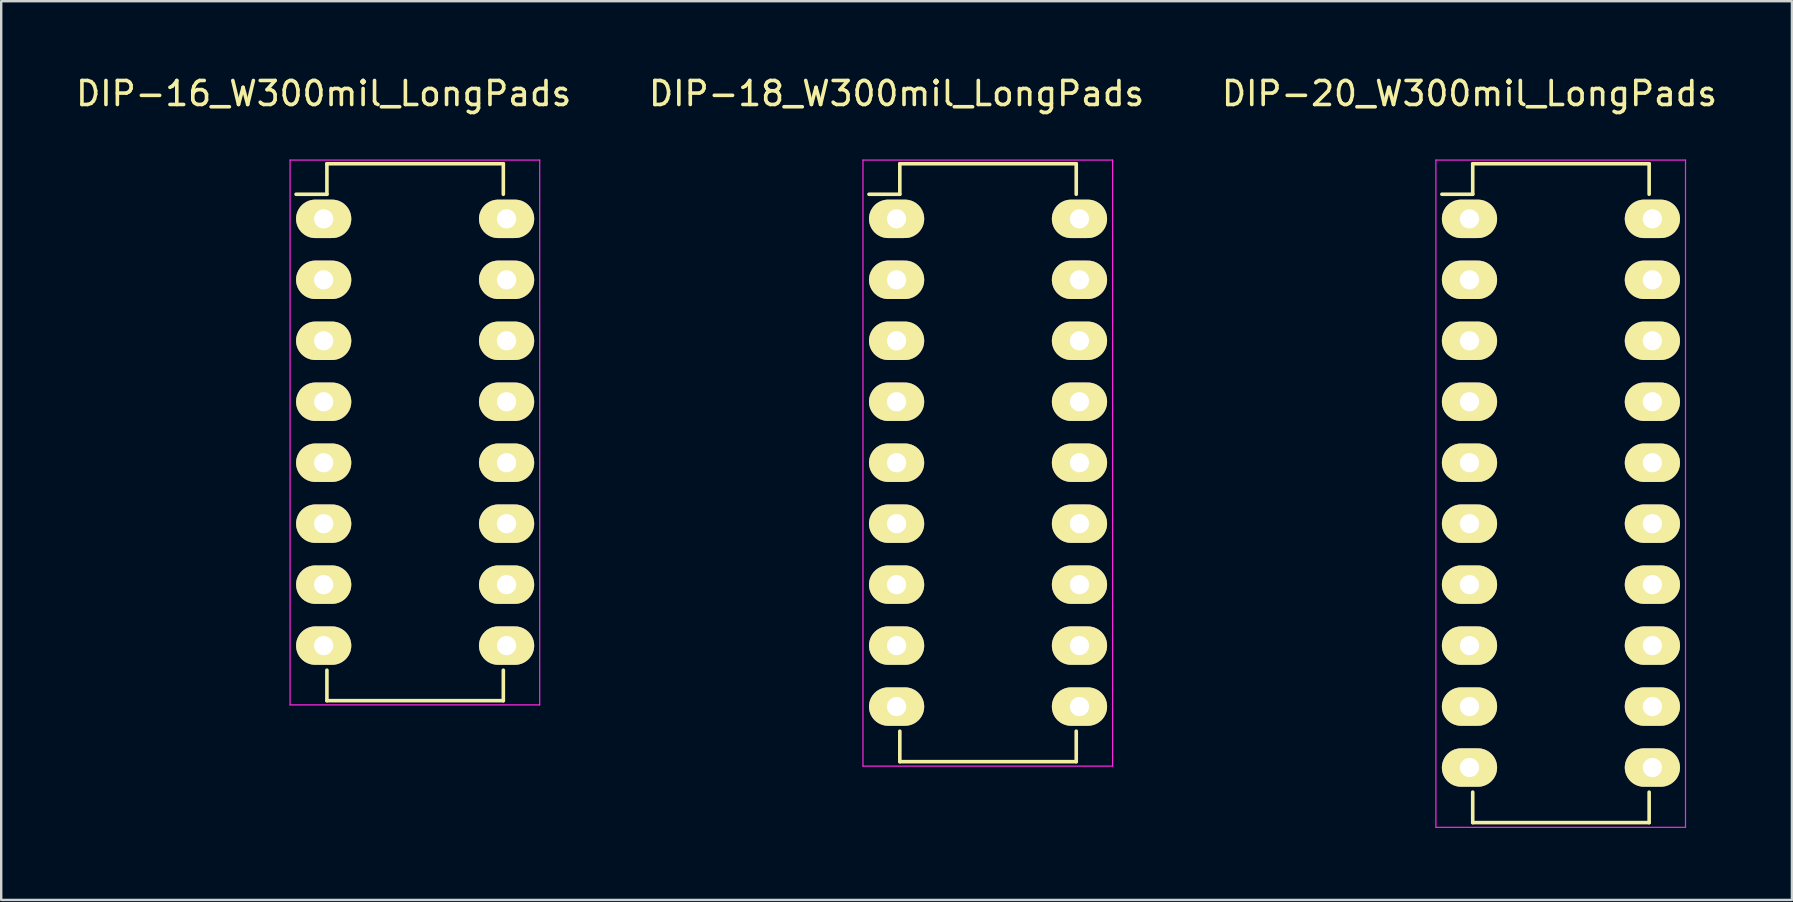
<source format=kicad_pcb>
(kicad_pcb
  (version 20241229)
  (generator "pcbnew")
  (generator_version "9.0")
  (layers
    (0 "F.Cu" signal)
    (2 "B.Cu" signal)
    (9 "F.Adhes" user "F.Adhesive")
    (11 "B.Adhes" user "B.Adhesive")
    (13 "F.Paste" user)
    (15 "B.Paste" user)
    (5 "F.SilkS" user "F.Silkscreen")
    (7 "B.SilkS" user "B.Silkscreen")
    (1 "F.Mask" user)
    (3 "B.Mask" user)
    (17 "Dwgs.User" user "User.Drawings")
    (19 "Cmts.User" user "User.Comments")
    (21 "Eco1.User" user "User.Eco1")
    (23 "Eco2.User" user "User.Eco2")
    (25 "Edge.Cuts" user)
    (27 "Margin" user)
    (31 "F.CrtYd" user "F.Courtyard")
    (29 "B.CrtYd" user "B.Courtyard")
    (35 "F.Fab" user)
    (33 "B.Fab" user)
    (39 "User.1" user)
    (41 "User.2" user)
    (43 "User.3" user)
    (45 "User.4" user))
  (footprint "DIP-18_W300mil_LongPads"
    (layer "F.Cu")
    (at 34.304 6.068)
    (property "Reference" "DIP-18_W300mil_LongPads" (at 0 -5.22 0) (layer "F.SilkS") (effects (font (size 1 1) (thickness 0.15))))
    (attr through_hole)
    (fp_line (start 0.135 -2.295) (end 0.135 -1.025) (stroke (width 0.15) (type solid)) (layer "F.SilkS"))
    (fp_line (start 0.135 -2.295) (end 7.485 -2.295) (stroke (width 0.15) (type solid)) (layer "F.SilkS"))
    (fp_line (start 0.135 -1.025) (end -1.15 -1.025) (stroke (width 0.15) (type solid)) (layer "F.SilkS"))
    (fp_line (start 0.135 22.615) (end 0.135 21.345) (stroke (width 0.15) (type solid)) (layer "F.SilkS"))
    (fp_line (start 0.135 22.615) (end 7.485 22.615) (stroke (width 0.15) (type solid)) (layer "F.SilkS"))
    (fp_line (start 7.485 -2.295) (end 7.485 -1.025) (stroke (width 0.15) (type solid)) (layer "F.SilkS"))
    (fp_line (start 7.485 22.615) (end 7.485 21.345) (stroke (width 0.15) (type solid)) (layer "F.SilkS"))
    (fp_line (start -1.4 -2.45) (end -1.4 22.8) (stroke (width 0.05) (type solid)) (layer "F.CrtYd"))
    (fp_line (start -1.4 -2.45) (end 9 -2.45) (stroke (width 0.05) (type solid)) (layer "F.CrtYd"))
    (fp_line (start -1.4 22.8) (end 9 22.8) (stroke (width 0.05) (type solid)) (layer "F.CrtYd"))
    (fp_line (start 9 -2.45) (end 9 22.8) (stroke (width 0.05) (type solid)) (layer "F.CrtYd"))
    (pad "1" thru_hole oval (at 0 0) (size 2.3 1.6) (drill 0.8) (layers "*.Cu" "*.Mask" "F.SilkS"))
    (pad "2" thru_hole oval (at 0 2.54) (size 2.3 1.6) (drill 0.8) (layers "*.Cu" "*.Mask" "F.SilkS"))
    (pad "3" thru_hole oval (at 0 5.08) (size 2.3 1.6) (drill 0.8) (layers "*.Cu" "*.Mask" "F.SilkS"))
    (pad "4" thru_hole oval (at 0 7.62) (size 2.3 1.6) (drill 0.8) (layers "*.Cu" "*.Mask" "F.SilkS"))
    (pad "5" thru_hole oval (at 0 10.16) (size 2.3 1.6) (drill 0.8) (layers "*.Cu" "*.Mask" "F.SilkS"))
    (pad "6" thru_hole oval (at 0 12.7) (size 2.3 1.6) (drill 0.8) (layers "*.Cu" "*.Mask" "F.SilkS"))
    (pad "7" thru_hole oval (at 0 15.24) (size 2.3 1.6) (drill 0.8) (layers "*.Cu" "*.Mask" "F.SilkS"))
    (pad "8" thru_hole oval (at 0 17.78) (size 2.3 1.6) (drill 0.8) (layers "*.Cu" "*.Mask" "F.SilkS"))
    (pad "9" thru_hole oval (at 0 20.32) (size 2.3 1.6) (drill 0.8) (layers "*.Cu" "*.Mask" "F.SilkS"))
    (pad "10" thru_hole oval (at 7.62 20.32) (size 2.3 1.6) (drill 0.8) (layers "*.Cu" "*.Mask" "F.SilkS"))
    (pad "11" thru_hole oval (at 7.62 17.78) (size 2.3 1.6) (drill 0.8) (layers "*.Cu" "*.Mask" "F.SilkS"))
    (pad "12" thru_hole oval (at 7.62 15.24) (size 2.3 1.6) (drill 0.8) (layers "*.Cu" "*.Mask" "F.SilkS"))
    (pad "13" thru_hole oval (at 7.62 12.7) (size 2.3 1.6) (drill 0.8) (layers "*.Cu" "*.Mask" "F.SilkS"))
    (pad "14" thru_hole oval (at 7.62 10.16) (size 2.3 1.6) (drill 0.8) (layers "*.Cu" "*.Mask" "F.SilkS"))
    (pad "15" thru_hole oval (at 7.62 7.62) (size 2.3 1.6) (drill 0.8) (layers "*.Cu" "*.Mask" "F.SilkS"))
    (pad "16" thru_hole oval (at 7.62 5.08) (size 2.3 1.6) (drill 0.8) (layers "*.Cu" "*.Mask" "F.SilkS"))
    (pad "17" thru_hole oval (at 7.62 2.54) (size 2.3 1.6) (drill 0.8) (layers "*.Cu" "*.Mask" "F.SilkS"))
    (pad "18" thru_hole oval (at 7.62 0) (size 2.3 1.6) (drill 0.8) (layers "*.Cu" "*.Mask" "F.SilkS")))
  (footprint "DIP-16_W300mil_LongPads"
    (layer "F.Cu")
    (at 10.435 6.068)
    (property "Reference" "DIP-16_W300mil_LongPads" (at 0 -5.22 0) (layer "F.SilkS") (effects (font (size 1 1) (thickness 0.15))))
    (attr through_hole)
    (fp_line (start 0.135 -2.295) (end 0.135 -1.025) (stroke (width 0.15) (type solid)) (layer "F.SilkS"))
    (fp_line (start 0.135 -2.295) (end 7.485 -2.295) (stroke (width 0.15) (type solid)) (layer "F.SilkS"))
    (fp_line (start 0.135 -1.025) (end -1.15 -1.025) (stroke (width 0.15) (type solid)) (layer "F.SilkS"))
    (fp_line (start 0.135 20.075) (end 0.135 18.805) (stroke (width 0.15) (type solid)) (layer "F.SilkS"))
    (fp_line (start 0.135 20.075) (end 7.485 20.075) (stroke (width 0.15) (type solid)) (layer "F.SilkS"))
    (fp_line (start 7.485 -2.295) (end 7.485 -1.025) (stroke (width 0.15) (type solid)) (layer "F.SilkS"))
    (fp_line (start 7.485 20.075) (end 7.485 18.805) (stroke (width 0.15) (type solid)) (layer "F.SilkS"))
    (fp_line (start -1.4 -2.45) (end -1.4 20.25) (stroke (width 0.05) (type solid)) (layer "F.CrtYd"))
    (fp_line (start -1.4 -2.45) (end 9 -2.45) (stroke (width 0.05) (type solid)) (layer "F.CrtYd"))
    (fp_line (start -1.4 20.25) (end 9 20.25) (stroke (width 0.05) (type solid)) (layer "F.CrtYd"))
    (fp_line (start 9 -2.45) (end 9 20.25) (stroke (width 0.05) (type solid)) (layer "F.CrtYd"))
    (pad "1" thru_hole oval (at 0 0) (size 2.3 1.6) (drill 0.8) (layers "*.Cu" "*.Mask" "F.SilkS"))
    (pad "2" thru_hole oval (at 0 2.54) (size 2.3 1.6) (drill 0.8) (layers "*.Cu" "*.Mask" "F.SilkS"))
    (pad "3" thru_hole oval (at 0 5.08) (size 2.3 1.6) (drill 0.8) (layers "*.Cu" "*.Mask" "F.SilkS"))
    (pad "4" thru_hole oval (at 0 7.62) (size 2.3 1.6) (drill 0.8) (layers "*.Cu" "*.Mask" "F.SilkS"))
    (pad "5" thru_hole oval (at 0 10.16) (size 2.3 1.6) (drill 0.8) (layers "*.Cu" "*.Mask" "F.SilkS"))
    (pad "6" thru_hole oval (at 0 12.7) (size 2.3 1.6) (drill 0.8) (layers "*.Cu" "*.Mask" "F.SilkS"))
    (pad "7" thru_hole oval (at 0 15.24) (size 2.3 1.6) (drill 0.8) (layers "*.Cu" "*.Mask" "F.SilkS"))
    (pad "8" thru_hole oval (at 0 17.78) (size 2.3 1.6) (drill 0.8) (layers "*.Cu" "*.Mask" "F.SilkS"))
    (pad "9" thru_hole oval (at 7.62 17.78) (size 2.3 1.6) (drill 0.8) (layers "*.Cu" "*.Mask" "F.SilkS"))
    (pad "10" thru_hole oval (at 7.62 15.24) (size 2.3 1.6) (drill 0.8) (layers "*.Cu" "*.Mask" "F.SilkS"))
    (pad "11" thru_hole oval (at 7.62 12.7) (size 2.3 1.6) (drill 0.8) (layers "*.Cu" "*.Mask" "F.SilkS"))
    (pad "12" thru_hole oval (at 7.62 10.16) (size 2.3 1.6) (drill 0.8) (layers "*.Cu" "*.Mask" "F.SilkS"))
    (pad "13" thru_hole oval (at 7.62 7.62) (size 2.3 1.6) (drill 0.8) (layers "*.Cu" "*.Mask" "F.SilkS"))
    (pad "14" thru_hole oval (at 7.62 5.08) (size 2.3 1.6) (drill 0.8) (layers "*.Cu" "*.Mask" "F.SilkS"))
    (pad "15" thru_hole oval (at 7.62 2.54) (size 2.3 1.6) (drill 0.8) (layers "*.Cu" "*.Mask" "F.SilkS"))
    (pad "16" thru_hole oval (at 7.62 0) (size 2.3 1.6) (drill 0.8) (layers "*.Cu" "*.Mask" "F.SilkS")))
  (footprint "DIP-20_W300mil_LongPads"
    (layer "F.Cu")
    (at 58.173 6.068)
    (property "Reference" "DIP-20_W300mil_LongPads" (at 0 -5.22 0) (layer "F.SilkS") (effects (font (size 1 1) (thickness 0.15))))
    (attr through_hole)
    (fp_line (start 0.135 -2.295) (end 0.135 -1.025) (stroke (width 0.15) (type solid)) (layer "F.SilkS"))
    (fp_line (start 0.135 -2.295) (end 7.485 -2.295) (stroke (width 0.15) (type solid)) (layer "F.SilkS"))
    (fp_line (start 0.135 -1.025) (end -1.15 -1.025) (stroke (width 0.15) (type solid)) (layer "F.SilkS"))
    (fp_line (start 0.135 25.155) (end 0.135 23.885) (stroke (width 0.15) (type solid)) (layer "F.SilkS"))
    (fp_line (start 0.135 25.155) (end 7.485 25.155) (stroke (width 0.15) (type solid)) (layer "F.SilkS"))
    (fp_line (start 7.485 -2.295) (end 7.485 -1.025) (stroke (width 0.15) (type solid)) (layer "F.SilkS"))
    (fp_line (start 7.485 25.155) (end 7.485 23.885) (stroke (width 0.15) (type solid)) (layer "F.SilkS"))
    (fp_line (start -1.4 -2.45) (end -1.4 25.35) (stroke (width 0.05) (type solid)) (layer "F.CrtYd"))
    (fp_line (start -1.4 -2.45) (end 9 -2.45) (stroke (width 0.05) (type solid)) (layer "F.CrtYd"))
    (fp_line (start -1.4 25.35) (end 9 25.35) (stroke (width 0.05) (type solid)) (layer "F.CrtYd"))
    (fp_line (start 9 -2.45) (end 9 25.35) (stroke (width 0.05) (type solid)) (layer "F.CrtYd"))
    (pad "1" thru_hole oval (at 0 0) (size 2.3 1.6) (drill 0.8) (layers "*.Cu" "*.Mask" "F.SilkS"))
    (pad "2" thru_hole oval (at 0 2.54) (size 2.3 1.6) (drill 0.8) (layers "*.Cu" "*.Mask" "F.SilkS"))
    (pad "3" thru_hole oval (at 0 5.08) (size 2.3 1.6) (drill 0.8) (layers "*.Cu" "*.Mask" "F.SilkS"))
    (pad "4" thru_hole oval (at 0 7.62) (size 2.3 1.6) (drill 0.8) (layers "*.Cu" "*.Mask" "F.SilkS"))
    (pad "5" thru_hole oval (at 0 10.16) (size 2.3 1.6) (drill 0.8) (layers "*.Cu" "*.Mask" "F.SilkS"))
    (pad "6" thru_hole oval (at 0 12.7) (size 2.3 1.6) (drill 0.8) (layers "*.Cu" "*.Mask" "F.SilkS"))
    (pad "7" thru_hole oval (at 0 15.24) (size 2.3 1.6) (drill 0.8) (layers "*.Cu" "*.Mask" "F.SilkS"))
    (pad "8" thru_hole oval (at 0 17.78) (size 2.3 1.6) (drill 0.8) (layers "*.Cu" "*.Mask" "F.SilkS"))
    (pad "9" thru_hole oval (at 0 20.32) (size 2.3 1.6) (drill 0.8) (layers "*.Cu" "*.Mask" "F.SilkS"))
    (pad "10" thru_hole oval (at 0 22.86) (size 2.3 1.6) (drill 0.8) (layers "*.Cu" "*.Mask" "F.SilkS"))
    (pad "11" thru_hole oval (at 7.62 22.86) (size 2.3 1.6) (drill 0.8) (layers "*.Cu" "*.Mask" "F.SilkS"))
    (pad "12" thru_hole oval (at 7.62 20.32) (size 2.3 1.6) (drill 0.8) (layers "*.Cu" "*.Mask" "F.SilkS"))
    (pad "13" thru_hole oval (at 7.62 17.78) (size 2.3 1.6) (drill 0.8) (layers "*.Cu" "*.Mask" "F.SilkS"))
    (pad "14" thru_hole oval (at 7.62 15.24) (size 2.3 1.6) (drill 0.8) (layers "*.Cu" "*.Mask" "F.SilkS"))
    (pad "15" thru_hole oval (at 7.62 12.7) (size 2.3 1.6) (drill 0.8) (layers "*.Cu" "*.Mask" "F.SilkS"))
    (pad "16" thru_hole oval (at 7.62 10.16) (size 2.3 1.6) (drill 0.8) (layers "*.Cu" "*.Mask" "F.SilkS"))
    (pad "17" thru_hole oval (at 7.62 7.62) (size 2.3 1.6) (drill 0.8) (layers "*.Cu" "*.Mask" "F.SilkS"))
    (pad "18" thru_hole oval (at 7.62 5.08) (size 2.3 1.6) (drill 0.8) (layers "*.Cu" "*.Mask" "F.SilkS"))
    (pad "19" thru_hole oval (at 7.62 2.54) (size 2.3 1.6) (drill 0.8) (layers "*.Cu" "*.Mask" "F.SilkS"))
    (pad "20" thru_hole oval (at 7.62 0) (size 2.3 1.6) (drill 0.8) (layers "*.Cu" "*.Mask" "F.SilkS")))
  (gr_rect
    (start -3 -3)
    (end 71.607 34.443)
    (stroke (width 0.1) (type default))
    (fill no)
    (layer "Edge.Cuts")))
</source>
